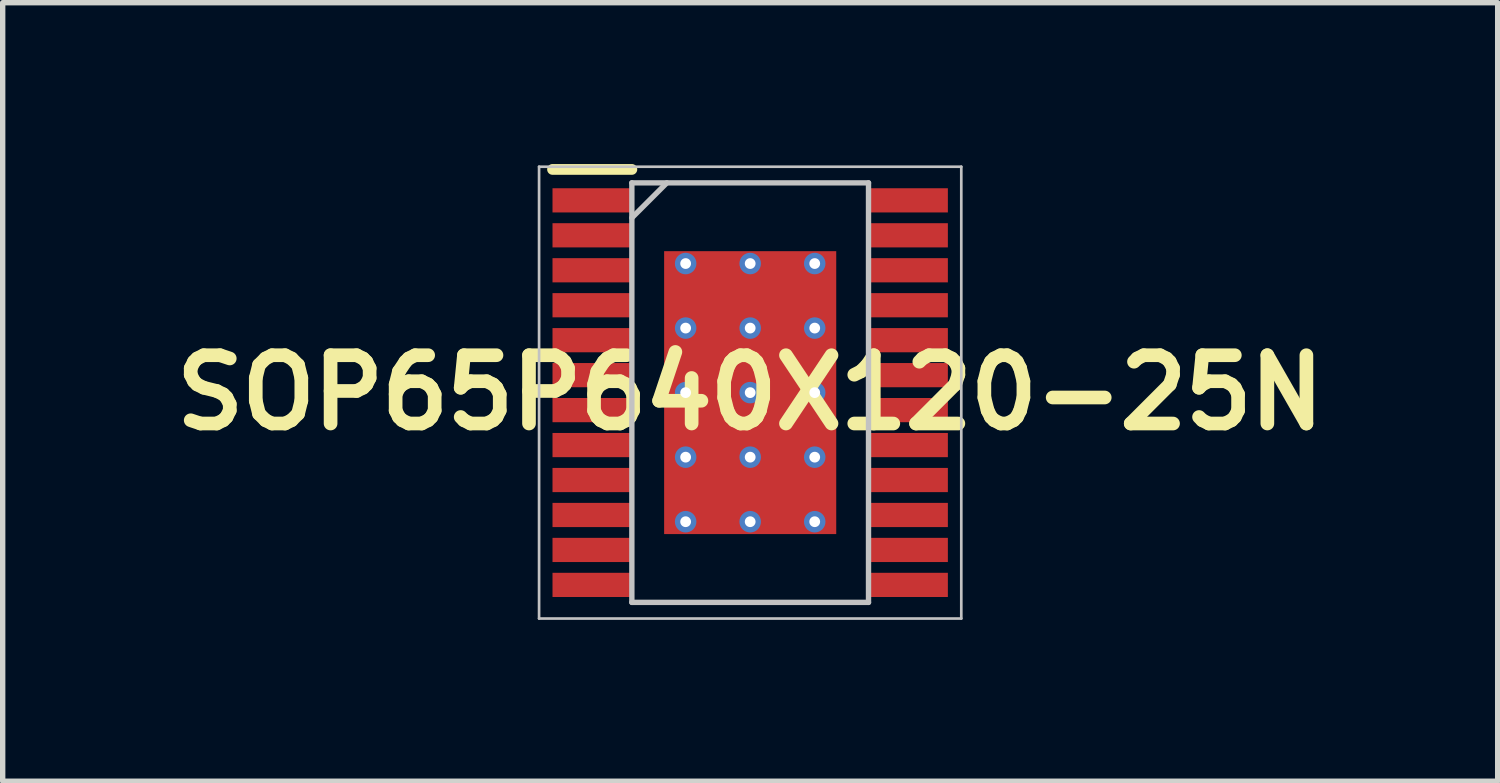
<source format=kicad_pcb>
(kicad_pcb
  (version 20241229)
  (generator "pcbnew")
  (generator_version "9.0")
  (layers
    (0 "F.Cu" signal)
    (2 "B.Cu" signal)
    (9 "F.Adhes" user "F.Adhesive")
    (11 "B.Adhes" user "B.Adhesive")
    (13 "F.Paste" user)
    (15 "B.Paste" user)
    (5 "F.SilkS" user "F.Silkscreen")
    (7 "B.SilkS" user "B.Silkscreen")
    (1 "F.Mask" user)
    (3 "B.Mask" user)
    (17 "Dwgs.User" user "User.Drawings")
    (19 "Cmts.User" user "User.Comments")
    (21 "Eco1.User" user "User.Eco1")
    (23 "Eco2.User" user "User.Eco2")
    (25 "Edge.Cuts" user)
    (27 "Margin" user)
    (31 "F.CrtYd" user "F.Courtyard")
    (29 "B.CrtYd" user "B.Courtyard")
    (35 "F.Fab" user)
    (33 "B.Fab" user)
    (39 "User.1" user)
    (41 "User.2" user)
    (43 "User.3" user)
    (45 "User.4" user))
  (footprint "SOP65P640X120-25N"
    (layer "F.Cu")
    (at 10.898 4.25)
    (property "Reference" "SOP65P640X120-25N" (at 0 0 0) (layer "F.SilkS") (effects (font (size 1.27 1.27) (thickness 0.254))))
    (attr smd)
    (fp_line (start -3.675 -4.15) (end -2.2 -4.15) (stroke (width 0.2) (type solid)) (layer "F.SilkS"))
    (fp_line (start -3.925 -4.2) (end 3.925 -4.2) (stroke (width 0.05) (type solid)) (layer "Dwgs.User"))
    (fp_line (start -3.925 4.2) (end -3.925 -4.2) (stroke (width 0.05) (type solid)) (layer "Dwgs.User"))
    (fp_line (start -2.2 -3.9) (end 2.2 -3.9) (stroke (width 0.1) (type solid)) (layer "Dwgs.User"))
    (fp_line (start -2.2 -3.25) (end -1.55 -3.9) (stroke (width 0.1) (type solid)) (layer "Dwgs.User"))
    (fp_line (start -2.2 3.9) (end -2.2 -3.9) (stroke (width 0.1) (type solid)) (layer "Dwgs.User"))
    (fp_line (start 2.2 -3.9) (end 2.2 3.9) (stroke (width 0.1) (type solid)) (layer "Dwgs.User"))
    (fp_line (start 2.2 3.9) (end -2.2 3.9) (stroke (width 0.1) (type solid)) (layer "Dwgs.User"))
    (fp_line (start 3.925 -4.2) (end 3.925 4.2) (stroke (width 0.05) (type solid)) (layer "Dwgs.User"))
    (fp_line (start 3.925 4.2) (end -3.925 4.2) (stroke (width 0.05) (type solid)) (layer "Dwgs.User"))
    (pad "" thru_hole circle (at 0 0) (size 0.4 0.4) (drill 0.2) (layers "*.Cu"))
    (pad "1" smd rect (at -2.938 -3.575 90) (size 0.45 1.475) (layers "F.Cu" "F.Mask" "F.Paste"))
    (pad "2" smd rect (at -2.938 -2.925 90) (size 0.45 1.475) (layers "F.Cu" "F.Mask" "F.Paste"))
    (pad "3" smd rect (at -2.938 -2.275 90) (size 0.45 1.475) (layers "F.Cu" "F.Mask" "F.Paste"))
    (pad "4" smd rect (at -2.938 -1.625 90) (size 0.45 1.475) (layers "F.Cu" "F.Mask" "F.Paste"))
    (pad "5" smd rect (at -2.938 -0.975 90) (size 0.45 1.475) (layers "F.Cu" "F.Mask" "F.Paste"))
    (pad "6" smd rect (at -2.938 -0.325 90) (size 0.45 1.475) (layers "F.Cu" "F.Mask" "F.Paste"))
    (pad "7" smd rect (at -2.938 0.325 90) (size 0.45 1.475) (layers "F.Cu" "F.Mask" "F.Paste"))
    (pad "8" smd rect (at -2.938 0.975 90) (size 0.45 1.475) (layers "F.Cu" "F.Mask" "F.Paste"))
    (pad "9" smd rect (at -2.938 1.625 90) (size 0.45 1.475) (layers "F.Cu" "F.Mask" "F.Paste"))
    (pad "10" smd rect (at -2.938 2.275 90) (size 0.45 1.475) (layers "F.Cu" "F.Mask" "F.Paste"))
    (pad "11" smd rect (at -2.938 2.925 90) (size 0.45 1.475) (layers "F.Cu" "F.Mask" "F.Paste"))
    (pad "12" smd rect (at -2.938 3.575 90) (size 0.45 1.475) (layers "F.Cu" "F.Mask" "F.Paste"))
    (pad "13" smd rect (at 2.938 3.575 90) (size 0.45 1.475) (layers "F.Cu" "F.Mask" "F.Paste"))
    (pad "14" smd rect (at 2.938 2.925 90) (size 0.45 1.475) (layers "F.Cu" "F.Mask" "F.Paste"))
    (pad "15" smd rect (at 2.938 2.275 90) (size 0.45 1.475) (layers "F.Cu" "F.Mask" "F.Paste"))
    (pad "16" smd rect (at 2.938 1.625 90) (size 0.45 1.475) (layers "F.Cu" "F.Mask" "F.Paste"))
    (pad "17" smd rect (at 2.938 0.975 90) (size 0.45 1.475) (layers "F.Cu" "F.Mask" "F.Paste"))
    (pad "18" smd rect (at 2.938 0.325 90) (size 0.45 1.475) (layers "F.Cu" "F.Mask" "F.Paste"))
    (pad "19" smd rect (at 2.938 -0.325 90) (size 0.45 1.475) (layers "F.Cu" "F.Mask" "F.Paste"))
    (pad "20" smd rect (at 2.938 -0.975 90) (size 0.45 1.475) (layers "F.Cu" "F.Mask" "F.Paste"))
    (pad "21" smd rect (at 2.938 -1.625 90) (size 0.45 1.475) (layers "F.Cu" "F.Mask" "F.Paste"))
    (pad "22" smd rect (at 2.938 -2.275 90) (size 0.45 1.475) (layers "F.Cu" "F.Mask" "F.Paste"))
    (pad "23" smd rect (at 2.938 -2.925 90) (size 0.45 1.475) (layers "F.Cu" "F.Mask" "F.Paste"))
    (pad "24" smd rect (at 2.938 -3.575 90) (size 0.45 1.475) (layers "F.Cu" "F.Mask" "F.Paste"))
    (pad "25" smd rect (at 0 0) (size 3.2 5.26) (layers "F.Cu" "F.Mask" "F.Paste"))
    (pad "26" thru_hole circle (at 0 -1.2) (size 0.4 0.4) (drill 0.2) (layers "*.Cu"))
    (pad "27" thru_hole circle (at 0 -2.4) (size 0.4 0.4) (drill 0.2) (layers "*.Cu"))
    (pad "28" thru_hole circle (at 0 1.2) (size 0.4 0.4) (drill 0.2) (layers "*.Cu"))
    (pad "29" thru_hole circle (at 0 2.4) (size 0.4 0.4) (drill 0.2) (layers "*.Cu"))
    (pad "30" thru_hole circle (at 1.2 0) (size 0.4 0.4) (drill 0.2) (layers "*.Cu"))
    (pad "31" thru_hole circle (at 1.2 1.2) (size 0.4 0.4) (drill 0.2) (layers "*.Cu"))
    (pad "32" thru_hole circle (at 1.2 2.4) (size 0.4 0.4) (drill 0.2) (layers "*.Cu"))
    (pad "33" thru_hole circle (at 1.2 -1.2) (size 0.4 0.4) (drill 0.2) (layers "*.Cu"))
    (pad "34" thru_hole circle (at 1.2 -2.4) (size 0.4 0.4) (drill 0.2) (layers "*.Cu"))
    (pad "35" thru_hole circle (at -1.2 -2.4) (size 0.4 0.4) (drill 0.2) (layers "*.Cu"))
    (pad "36" thru_hole circle (at -1.2 -1.2) (size 0.4 0.4) (drill 0.2) (layers "*.Cu"))
    (pad "37" thru_hole circle (at -1.2 0) (size 0.4 0.4) (drill 0.2) (layers "*.Cu"))
    (pad "38" thru_hole circle (at -1.2 1.2) (size 0.4 0.4) (drill 0.2) (layers "*.Cu"))
    (pad "39" thru_hole circle (at -1.2 2.4) (size 0.4 0.4) (drill 0.2) (layers "*.Cu")))
  (gr_rect
    (start -3 -3)
    (end 24.796 11.475)
    (stroke (width 0.1) (type default))
    (fill no)
    (layer "Edge.Cuts")))
</source>
